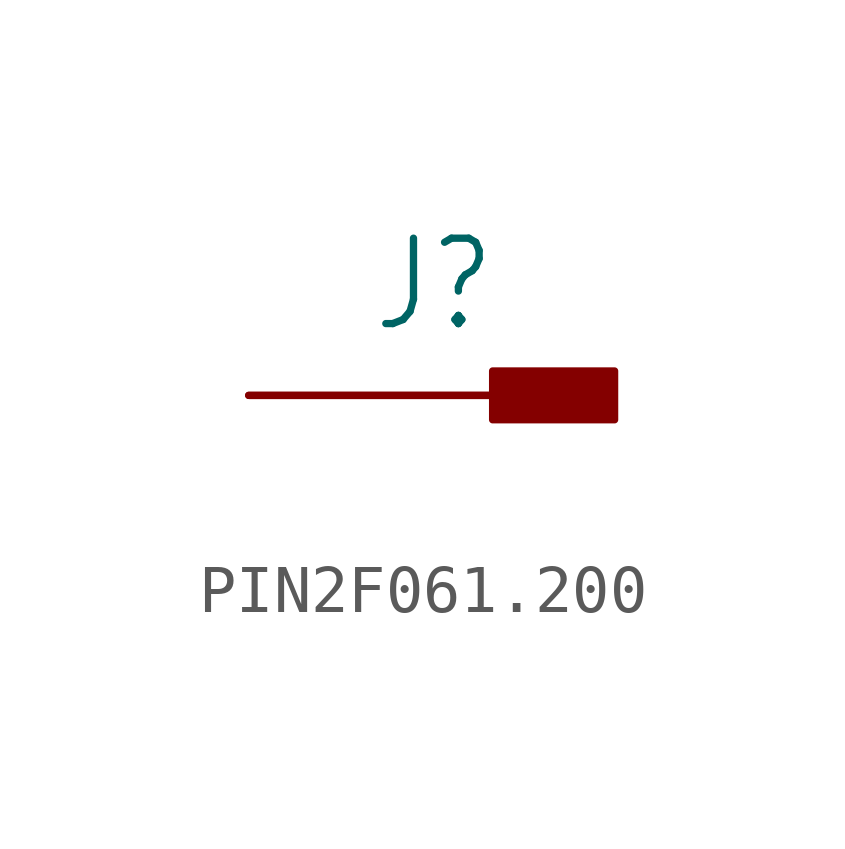
<source format=kicad_sym>
(kicad_symbol_lib
  (version 20220914)
  (generator kicad_symbol_editor)
  (symbol "PIN2F061.200"
    (property "Reference" "J"
      (at -2.54 1.27 0)
      (effects (font (size 1.778 1.511)) (justify left bottom)))
    (property "Value" ""
      (at -2.54 -2.54 0)
      (effects (font (size 1.778 1.511)) (justify left bottom)))
    (property "ki_locked" ""
      (at 0 0 0)
      (effects (font (size 1.27 1.27))))
    (symbol "PIN2F061.200_1_0"
      (rectangle (start 0 -0.508) (end 2.54 0.508) (stroke (width 0) (type default)) (fill (type outline)))
      (pin passive line (at -5.08 0 0) (length 5.08) (name "1" (effects (font (size 0 0)))) (number "1A" (effects (font (size 0 0)))))
      (pin passive line (at -5.08 0 0) (length 5.08) (name "1" (effects (font (size 0 0)))) (number "1B" (effects (font (size 0 0))))))))
</source>
